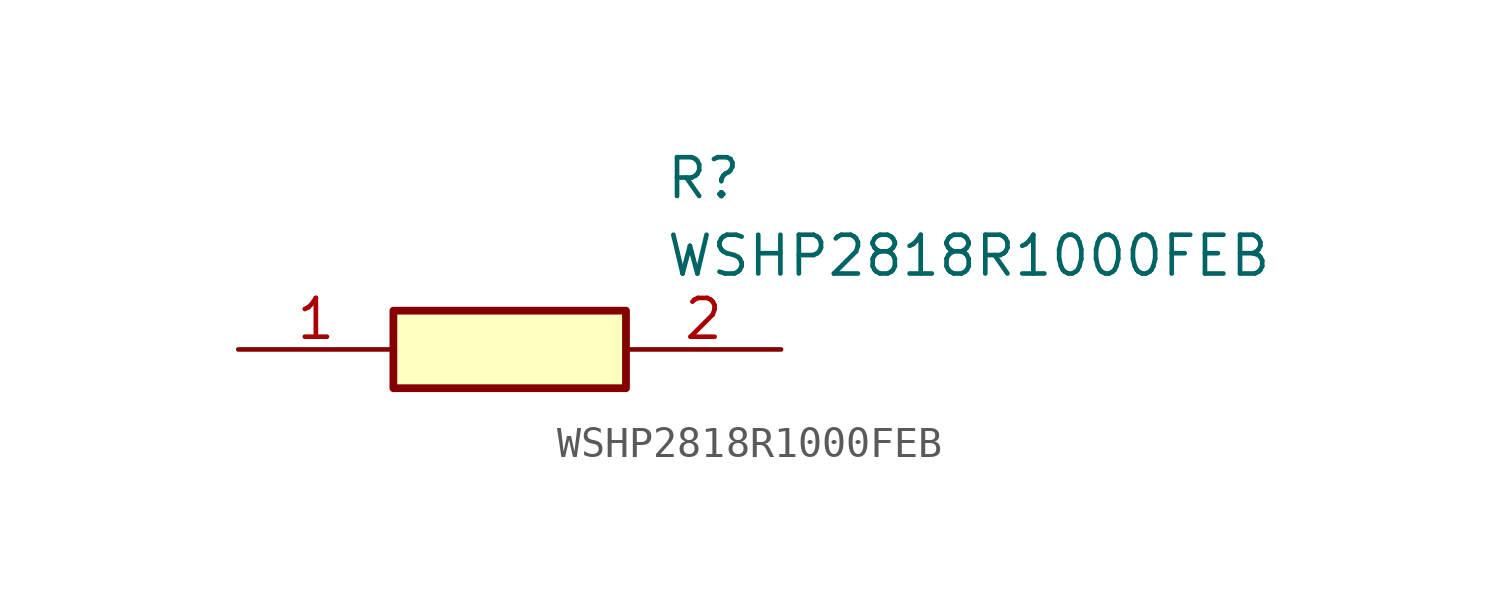
<source format=kicad_sym>
(kicad_symbol_lib
  (version 20211014)
  (generator SamacSys_ECAD_Model)
  (symbol "WSHP2818R1000FEB"
    (pin_names hide)
    (property "Reference" "R"
      (at 13.97 6.35 0)
      (effects (font (size 1.27 1.27)) (justify left top)))
    (property "Value" "WSHP2818R1000FEB"
      (at 13.97 3.81 0)
      (effects (font (size 1.27 1.27)) (justify left top)))
    (rectangle
      (start 5.08 1.27)
      (end 12.7 -1.27)
      (stroke (width 0.254) (type default))
      (fill (type background)))
    (pin passive line
      (at 0 0 0)
      (length 5.08)
      (name "1" (effects (font (size 1.27 1.27))))
      (number "1" (effects (font (size 1.27 1.27)))))
    (pin passive line
      (at 17.78 0 180)
      (length 5.08)
      (name "2" (effects (font (size 1.27 1.27))))
      (number "2" (effects (font (size 1.27 1.27)))))))
</source>
